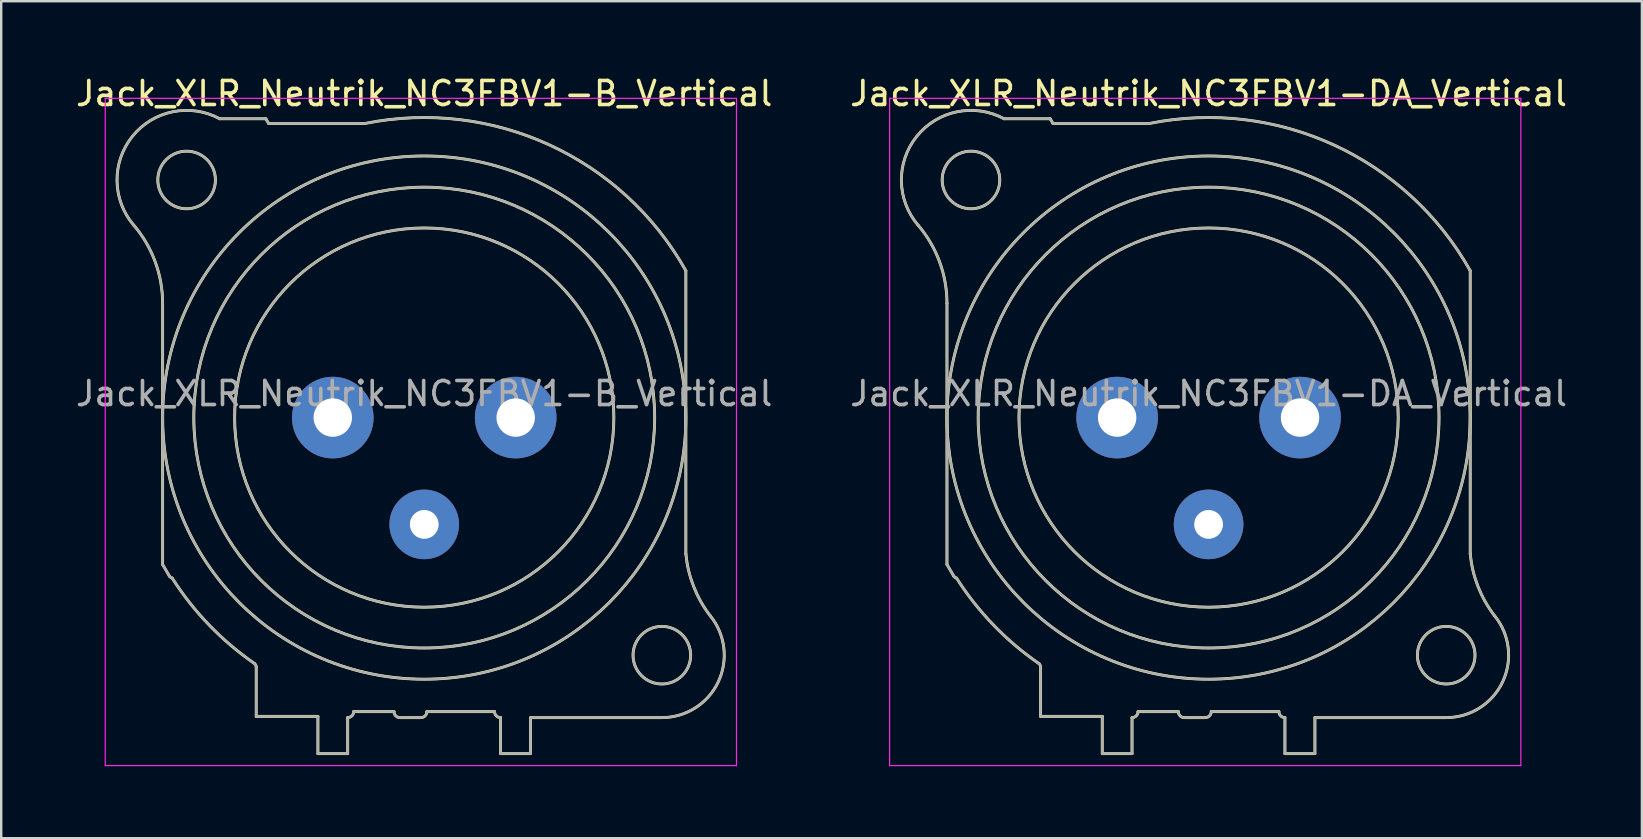
<source format=kicad_pcb>
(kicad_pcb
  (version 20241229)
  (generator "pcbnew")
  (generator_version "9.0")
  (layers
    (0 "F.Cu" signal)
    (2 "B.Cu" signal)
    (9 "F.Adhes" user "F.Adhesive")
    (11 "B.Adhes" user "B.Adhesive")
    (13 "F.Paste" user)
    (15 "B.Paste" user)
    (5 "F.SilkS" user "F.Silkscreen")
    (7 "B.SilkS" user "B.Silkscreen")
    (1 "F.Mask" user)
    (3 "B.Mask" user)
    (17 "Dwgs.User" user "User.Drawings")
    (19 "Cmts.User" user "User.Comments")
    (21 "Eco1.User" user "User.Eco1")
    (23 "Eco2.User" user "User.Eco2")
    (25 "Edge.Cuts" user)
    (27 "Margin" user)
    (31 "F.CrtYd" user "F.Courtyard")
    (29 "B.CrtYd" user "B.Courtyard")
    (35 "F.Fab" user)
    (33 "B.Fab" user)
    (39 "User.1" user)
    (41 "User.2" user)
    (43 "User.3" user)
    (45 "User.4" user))
  (footprint "Jack_XLR_Neutrik_NC3FBV1-B_Vertical"
    (layer "F.Cu")
    (at 18.435 14.348)
    (property "Reference" "Jack_XLR_Neutrik_NC3FBV1-B_Vertical" (at -3.81 -13.5 0) (layer "F.SilkS") (effects (font (size 1 1) (thickness 0.15))))
    (attr through_hole)
    (fp_line (start -14.71 -4.76) (end -14.71 6.12) (stroke (width 0.12) (type solid)) (layer "F.SilkS"))
    (fp_line (start -14.71 6.12) (end -14.43 6.6) (stroke (width 0.12) (type solid)) (layer "F.SilkS"))
    (fp_line (start -10.81 10.39) (end -10.81 12.45) (stroke (width 0.12) (type solid)) (layer "F.SilkS"))
    (fp_line (start -10.81 12.45) (end -8.24 12.45) (stroke (width 0.12) (type solid)) (layer "F.SilkS"))
    (fp_line (start -10.41 -12.45) (end -12.33 -12.45) (stroke (width 0.12) (type solid)) (layer "F.SilkS"))
    (fp_line (start -10.29 -12.25) (end -10.41 -12.45) (stroke (width 0.12) (type solid)) (layer "F.SilkS"))
    (fp_line (start -8.24 12.45) (end -8.24 14) (stroke (width 0.12) (type solid)) (layer "F.SilkS"))
    (fp_line (start -7 14) (end -8.24 14) (stroke (width 0.12) (type solid)) (layer "F.SilkS"))
    (fp_line (start -7 14) (end -7 12.5) (stroke (width 0.12) (type solid)) (layer "F.SilkS"))
    (fp_line (start -6.75 12.25) (end -5.07 12.25) (stroke (width 0.12) (type solid)) (layer "F.SilkS"))
    (fp_line (start -6.3 -12.25) (end -10.29 -12.25) (stroke (width 0.12) (type solid)) (layer "F.SilkS"))
    (fp_line (start -4.82 12.5) (end -3.95 12.5) (stroke (width 0.12) (type solid)) (layer "F.SilkS"))
    (fp_line (start -3.7 12.25) (end -0.88 12.25) (stroke (width 0.12) (type solid)) (layer "F.SilkS"))
    (fp_line (start -0.63 12.5) (end -0.63 14) (stroke (width 0.12) (type solid)) (layer "F.SilkS"))
    (fp_line (start 0.62 12.5) (end 6.09 12.5) (stroke (width 0.12) (type solid)) (layer "F.SilkS"))
    (fp_line (start 0.62 14) (end -0.63 14) (stroke (width 0.12) (type solid)) (layer "F.SilkS"))
    (fp_line (start 0.62 14) (end 0.62 12.5) (stroke (width 0.12) (type solid)) (layer "F.SilkS"))
    (fp_line (start 7.09 5.67) (end 7.09 -6.12) (stroke (width 0.12) (type solid)) (layer "F.SilkS"))
    (fp_arc (start -15.916051 -8.020379) (mid -15.021177 -6.498148) (end -14.71 -4.76) (stroke (width 0.12) (type solid)) (layer "F.SilkS"))
    (fp_arc (start -15.908884 -8.010077) (mid -15.967404 -11.719623) (end -12.33 -12.45) (stroke (width 0.12) (type solid)) (layer "F.SilkS"))
    (fp_arc (start -14.313753 6.685219) (mid -14.379716 6.653303) (end -14.43 6.6) (stroke (width 0.12) (type solid)) (layer "F.SilkS"))
    (fp_arc (start -10.879208 10.248532) (mid -12.772983 8.641241) (end -14.31 6.69) (stroke (width 0.12) (type solid)) (layer "F.SilkS"))
    (fp_arc (start -10.874359 10.252686) (mid -10.828679 10.315015) (end -10.81 10.39) (stroke (width 0.12) (type solid)) (layer "F.SilkS"))
    (fp_arc (start -6.75 12.25) (mid -6.823223 12.426777) (end -7 12.5) (stroke (width 0.12) (type solid)) (layer "F.SilkS"))
    (fp_arc (start -6.283571 -12.253402) (mid 1.401126 -11.362596) (end 7.09 -6.12) (stroke (width 0.12) (type solid)) (layer "F.SilkS"))
    (fp_arc (start -4.82 12.5) (mid -4.996777 12.426777) (end -5.07 12.25) (stroke (width 0.12) (type solid)) (layer "F.SilkS"))
    (fp_arc (start -3.7 12.25) (mid -3.773223 12.426777) (end -3.95 12.5) (stroke (width 0.12) (type solid)) (layer "F.SilkS"))
    (fp_arc (start -0.63 12.5) (mid -0.806777 12.426777) (end -0.88 12.25) (stroke (width 0.12) (type solid)) (layer "F.SilkS"))
    (fp_arc (start 8.110579 8.263767) (mid 8.436721 11.019329) (end 6.09 12.5) (stroke (width 0.12) (type solid)) (layer "F.SilkS"))
    (fp_arc (start 8.111727 8.266808) (mid 7.416073 7.041111) (end 7.09 5.67) (stroke (width 0.12) (type solid)) (layer "F.SilkS"))
    (fp_circle (center -13.71 -9.9) (end -12.51 -9.9) (stroke (width 0.12) (type solid)) (fill no) (layer "F.SilkS"))
    (fp_circle (center -3.81 0) (end 4.09 0) (stroke (width 0.12) (type solid)) (fill no) (layer "F.SilkS"))
    (fp_circle (center -3.81 0) (end 5.79 0) (stroke (width 0.12) (type solid)) (fill no) (layer "F.SilkS"))
    (fp_circle (center -3.81 0) (end 7.09 0) (stroke (width 0.12) (type solid)) (fill no) (layer "F.SilkS"))
    (fp_circle (center 6.09 9.9) (end 7.29 9.9) (stroke (width 0.12) (type solid)) (fill no) (layer "F.SilkS"))
    (fp_line (start -17.1 -13.3) (end 9.2 -13.3) (stroke (width 0.05) (type solid)) (layer "F.CrtYd"))
    (fp_line (start -17.1 14.5) (end -17.1 -13.3) (stroke (width 0.05) (type solid)) (layer "F.CrtYd"))
    (fp_line (start 9.2 -13.3) (end 9.2 14.5) (stroke (width 0.05) (type solid)) (layer "F.CrtYd"))
    (fp_line (start 9.2 14.5) (end -17.1 14.5) (stroke (width 0.05) (type solid)) (layer "F.CrtYd"))
    (fp_line (start -14.71 -4.76) (end -14.71 6.12) (stroke (width 0.1) (type solid)) (layer "F.Fab"))
    (fp_line (start -14.71 6.12) (end -14.43 6.6) (stroke (width 0.1) (type solid)) (layer "F.Fab"))
    (fp_line (start -10.81 10.39) (end -10.81 12.45) (stroke (width 0.1) (type solid)) (layer "F.Fab"))
    (fp_line (start -10.81 12.45) (end -8.24 12.45) (stroke (width 0.1) (type solid)) (layer "F.Fab"))
    (fp_line (start -10.41 -12.45) (end -12.33 -12.45) (stroke (width 0.1) (type solid)) (layer "F.Fab"))
    (fp_line (start -10.29 -12.25) (end -10.41 -12.45) (stroke (width 0.1) (type solid)) (layer "F.Fab"))
    (fp_line (start -8.24 12.45) (end -8.24 14) (stroke (width 0.1) (type solid)) (layer "F.Fab"))
    (fp_line (start -7 14) (end -8.24 14) (stroke (width 0.1) (type solid)) (layer "F.Fab"))
    (fp_line (start -7 14) (end -7 12.5) (stroke (width 0.1) (type solid)) (layer "F.Fab"))
    (fp_line (start -6.75 12.25) (end -5.07 12.25) (stroke (width 0.1) (type solid)) (layer "F.Fab"))
    (fp_line (start -6.3 -12.25) (end -10.29 -12.25) (stroke (width 0.1) (type solid)) (layer "F.Fab"))
    (fp_line (start -4.82 12.5) (end -3.95 12.5) (stroke (width 0.1) (type solid)) (layer "F.Fab"))
    (fp_line (start -3.7 12.25) (end -0.88 12.25) (stroke (width 0.1) (type solid)) (layer "F.Fab"))
    (fp_line (start -0.63 12.5) (end -0.63 14) (stroke (width 0.1) (type solid)) (layer "F.Fab"))
    (fp_line (start 0.62 12.5) (end 6.09 12.5) (stroke (width 0.1) (type solid)) (layer "F.Fab"))
    (fp_line (start 0.62 14) (end -0.63 14) (stroke (width 0.1) (type solid)) (layer "F.Fab"))
    (fp_line (start 0.62 14) (end 0.62 12.5) (stroke (width 0.1) (type solid)) (layer "F.Fab"))
    (fp_line (start 7.09 5.67) (end 7.09 -6.12) (stroke (width 0.1) (type solid)) (layer "F.Fab"))
    (fp_arc (start -15.916051 -8.020379) (mid -15.021177 -6.498148) (end -14.71 -4.76) (stroke (width 0.1) (type solid)) (layer "F.Fab"))
    (fp_arc (start -15.908884 -8.010077) (mid -15.967404 -11.719623) (end -12.33 -12.45) (stroke (width 0.1) (type solid)) (layer "F.Fab"))
    (fp_arc (start -14.313753 6.685219) (mid -14.379716 6.653303) (end -14.43 6.6) (stroke (width 0.1) (type solid)) (layer "F.Fab"))
    (fp_arc (start -10.879208 10.248532) (mid -12.772983 8.641241) (end -14.31 6.69) (stroke (width 0.1) (type solid)) (layer "F.Fab"))
    (fp_arc (start -10.874359 10.252686) (mid -10.828679 10.315015) (end -10.81 10.39) (stroke (width 0.1) (type solid)) (layer "F.Fab"))
    (fp_arc (start -6.75 12.25) (mid -6.823223 12.426777) (end -7 12.5) (stroke (width 0.1) (type solid)) (layer "F.Fab"))
    (fp_arc (start -6.283571 -12.253402) (mid 1.401126 -11.362596) (end 7.09 -6.12) (stroke (width 0.1) (type solid)) (layer "F.Fab"))
    (fp_arc (start -4.82 12.5) (mid -4.996777 12.426777) (end -5.07 12.25) (stroke (width 0.1) (type solid)) (layer "F.Fab"))
    (fp_arc (start -3.7 12.25) (mid -3.773223 12.426777) (end -3.95 12.5) (stroke (width 0.1) (type solid)) (layer "F.Fab"))
    (fp_arc (start -0.63 12.5) (mid -0.806777 12.426777) (end -0.88 12.25) (stroke (width 0.1) (type solid)) (layer "F.Fab"))
    (fp_arc (start 8.110579 8.263767) (mid 8.436721 11.019329) (end 6.09 12.5) (stroke (width 0.1) (type solid)) (layer "F.Fab"))
    (fp_arc (start 8.111727 8.266808) (mid 7.416073 7.041111) (end 7.09 5.67) (stroke (width 0.1) (type solid)) (layer "F.Fab"))
    (fp_circle (center -13.71 -9.9) (end -12.51 -9.9) (stroke (width 0.1) (type solid)) (fill no) (layer "F.Fab"))
    (fp_circle (center -3.81 0) (end 4.09 0) (stroke (width 0.1) (type solid)) (fill no) (layer "F.Fab"))
    (fp_circle (center -3.81 0) (end 5.79 0) (stroke (width 0.1) (type solid)) (fill no) (layer "F.Fab"))
    (fp_circle (center -3.81 0) (end 7.09 0) (stroke (width 0.1) (type solid)) (fill no) (layer "F.Fab"))
    (fp_circle (center 6.09 9.9) (end 7.29 9.9) (stroke (width 0.1) (type solid)) (fill no) (layer "F.Fab"))
    (fp_text user "${REFERENCE}" (at -3.81 -1 0) (layer "F.Fab") (effects (font (size 1 1) (thickness 0.15))))
    (pad "1" thru_hole circle (at 0 0) (size 3.4 3.4) (drill 1.6) (layers "*.Cu" "*.Mask"))
    (pad "2" thru_hole circle (at -7.62 0) (size 3.4 3.4) (drill 1.6) (layers "*.Cu" "*.Mask"))
    (pad "3" thru_hole circle (at -3.81 4.45) (size 2.9 2.9) (drill 1.2) (layers "*.Cu" "*.Mask")))
  (footprint "Jack_XLR_Neutrik_NC3FBV1-DA_Vertical"
    (layer "F.Cu")
    (at 51.114 14.348)
    (property "Reference" "Jack_XLR_Neutrik_NC3FBV1-DA_Vertical" (at -3.81 -13.5 0) (layer "F.SilkS") (effects (font (size 1 1) (thickness 0.15))))
    (attr through_hole)
    (fp_line (start -14.71 -4.76) (end -14.71 6.12) (stroke (width 0.12) (type solid)) (layer "F.SilkS"))
    (fp_line (start -14.71 6.12) (end -14.43 6.6) (stroke (width 0.12) (type solid)) (layer "F.SilkS"))
    (fp_line (start -10.81 10.39) (end -10.81 12.45) (stroke (width 0.12) (type solid)) (layer "F.SilkS"))
    (fp_line (start -10.81 12.45) (end -8.24 12.45) (stroke (width 0.12) (type solid)) (layer "F.SilkS"))
    (fp_line (start -10.41 -12.45) (end -12.33 -12.45) (stroke (width 0.12) (type solid)) (layer "F.SilkS"))
    (fp_line (start -10.29 -12.25) (end -10.41 -12.45) (stroke (width 0.12) (type solid)) (layer "F.SilkS"))
    (fp_line (start -8.24 12.45) (end -8.24 14) (stroke (width 0.12) (type solid)) (layer "F.SilkS"))
    (fp_line (start -7 14) (end -8.24 14) (stroke (width 0.12) (type solid)) (layer "F.SilkS"))
    (fp_line (start -7 14) (end -7 12.5) (stroke (width 0.12) (type solid)) (layer "F.SilkS"))
    (fp_line (start -6.75 12.25) (end -5.07 12.25) (stroke (width 0.12) (type solid)) (layer "F.SilkS"))
    (fp_line (start -6.3 -12.25) (end -10.29 -12.25) (stroke (width 0.12) (type solid)) (layer "F.SilkS"))
    (fp_line (start -4.82 12.5) (end -3.95 12.5) (stroke (width 0.12) (type solid)) (layer "F.SilkS"))
    (fp_line (start -3.7 12.25) (end -0.88 12.25) (stroke (width 0.12) (type solid)) (layer "F.SilkS"))
    (fp_line (start -0.63 12.5) (end -0.63 14) (stroke (width 0.12) (type solid)) (layer "F.SilkS"))
    (fp_line (start 0.62 12.5) (end 6.09 12.5) (stroke (width 0.12) (type solid)) (layer "F.SilkS"))
    (fp_line (start 0.62 14) (end -0.63 14) (stroke (width 0.12) (type solid)) (layer "F.SilkS"))
    (fp_line (start 0.62 14) (end 0.62 12.5) (stroke (width 0.12) (type solid)) (layer "F.SilkS"))
    (fp_line (start 7.09 5.67) (end 7.09 -6.12) (stroke (width 0.12) (type solid)) (layer "F.SilkS"))
    (fp_arc (start -15.916051 -8.020379) (mid -15.021177 -6.498148) (end -14.71 -4.76) (stroke (width 0.12) (type solid)) (layer "F.SilkS"))
    (fp_arc (start -15.908884 -8.010077) (mid -15.967404 -11.719623) (end -12.33 -12.45) (stroke (width 0.12) (type solid)) (layer "F.SilkS"))
    (fp_arc (start -14.313753 6.685219) (mid -14.379716 6.653303) (end -14.43 6.6) (stroke (width 0.12) (type solid)) (layer "F.SilkS"))
    (fp_arc (start -10.879208 10.248532) (mid -12.772983 8.641241) (end -14.31 6.69) (stroke (width 0.12) (type solid)) (layer "F.SilkS"))
    (fp_arc (start -10.874359 10.252686) (mid -10.828679 10.315015) (end -10.81 10.39) (stroke (width 0.12) (type solid)) (layer "F.SilkS"))
    (fp_arc (start -6.75 12.25) (mid -6.823223 12.426777) (end -7 12.5) (stroke (width 0.12) (type solid)) (layer "F.SilkS"))
    (fp_arc (start -6.283571 -12.253402) (mid 1.401126 -11.362596) (end 7.09 -6.12) (stroke (width 0.12) (type solid)) (layer "F.SilkS"))
    (fp_arc (start -4.82 12.5) (mid -4.996777 12.426777) (end -5.07 12.25) (stroke (width 0.12) (type solid)) (layer "F.SilkS"))
    (fp_arc (start -3.7 12.25) (mid -3.773223 12.426777) (end -3.95 12.5) (stroke (width 0.12) (type solid)) (layer "F.SilkS"))
    (fp_arc (start -0.63 12.5) (mid -0.806777 12.426777) (end -0.88 12.25) (stroke (width 0.12) (type solid)) (layer "F.SilkS"))
    (fp_arc (start 8.110579 8.263767) (mid 8.436721 11.019329) (end 6.09 12.5) (stroke (width 0.12) (type solid)) (layer "F.SilkS"))
    (fp_arc (start 8.111727 8.266808) (mid 7.416073 7.041111) (end 7.09 5.67) (stroke (width 0.12) (type solid)) (layer "F.SilkS"))
    (fp_circle (center -13.71 -9.9) (end -12.51 -9.9) (stroke (width 0.12) (type solid)) (fill no) (layer "F.SilkS"))
    (fp_circle (center -3.81 0) (end 4.09 0) (stroke (width 0.12) (type solid)) (fill no) (layer "F.SilkS"))
    (fp_circle (center -3.81 0) (end 5.79 0) (stroke (width 0.12) (type solid)) (fill no) (layer "F.SilkS"))
    (fp_circle (center -3.81 0) (end 7.09 0) (stroke (width 0.12) (type solid)) (fill no) (layer "F.SilkS"))
    (fp_circle (center 6.09 9.9) (end 7.29 9.9) (stroke (width 0.12) (type solid)) (fill no) (layer "F.SilkS"))
    (fp_line (start -17.1 -13.3) (end 9.2 -13.3) (stroke (width 0.05) (type solid)) (layer "F.CrtYd"))
    (fp_line (start -17.1 14.5) (end -17.1 -13.3) (stroke (width 0.05) (type solid)) (layer "F.CrtYd"))
    (fp_line (start 9.2 -13.3) (end 9.2 14.5) (stroke (width 0.05) (type solid)) (layer "F.CrtYd"))
    (fp_line (start 9.2 14.5) (end -17.1 14.5) (stroke (width 0.05) (type solid)) (layer "F.CrtYd"))
    (fp_line (start -14.71 -4.76) (end -14.71 6.12) (stroke (width 0.1) (type solid)) (layer "F.Fab"))
    (fp_line (start -14.71 6.12) (end -14.43 6.6) (stroke (width 0.1) (type solid)) (layer "F.Fab"))
    (fp_line (start -10.81 10.39) (end -10.81 12.45) (stroke (width 0.1) (type solid)) (layer "F.Fab"))
    (fp_line (start -10.81 12.45) (end -8.24 12.45) (stroke (width 0.1) (type solid)) (layer "F.Fab"))
    (fp_line (start -10.41 -12.45) (end -12.33 -12.45) (stroke (width 0.1) (type solid)) (layer "F.Fab"))
    (fp_line (start -10.29 -12.25) (end -10.41 -12.45) (stroke (width 0.1) (type solid)) (layer "F.Fab"))
    (fp_line (start -8.24 12.45) (end -8.24 14) (stroke (width 0.1) (type solid)) (layer "F.Fab"))
    (fp_line (start -7 14) (end -8.24 14) (stroke (width 0.1) (type solid)) (layer "F.Fab"))
    (fp_line (start -7 14) (end -7 12.5) (stroke (width 0.1) (type solid)) (layer "F.Fab"))
    (fp_line (start -6.75 12.25) (end -5.07 12.25) (stroke (width 0.1) (type solid)) (layer "F.Fab"))
    (fp_line (start -6.3 -12.25) (end -10.29 -12.25) (stroke (width 0.1) (type solid)) (layer "F.Fab"))
    (fp_line (start -4.82 12.5) (end -3.95 12.5) (stroke (width 0.1) (type solid)) (layer "F.Fab"))
    (fp_line (start -3.7 12.25) (end -0.88 12.25) (stroke (width 0.1) (type solid)) (layer "F.Fab"))
    (fp_line (start -0.63 12.5) (end -0.63 14) (stroke (width 0.1) (type solid)) (layer "F.Fab"))
    (fp_line (start 0.62 12.5) (end 6.09 12.5) (stroke (width 0.1) (type solid)) (layer "F.Fab"))
    (fp_line (start 0.62 14) (end -0.63 14) (stroke (width 0.1) (type solid)) (layer "F.Fab"))
    (fp_line (start 0.62 14) (end 0.62 12.5) (stroke (width 0.1) (type solid)) (layer "F.Fab"))
    (fp_line (start 7.09 5.67) (end 7.09 -6.12) (stroke (width 0.1) (type solid)) (layer "F.Fab"))
    (fp_arc (start -15.916051 -8.020379) (mid -15.021177 -6.498148) (end -14.71 -4.76) (stroke (width 0.1) (type solid)) (layer "F.Fab"))
    (fp_arc (start -15.908884 -8.010077) (mid -15.967404 -11.719623) (end -12.33 -12.45) (stroke (width 0.1) (type solid)) (layer "F.Fab"))
    (fp_arc (start -14.313753 6.685219) (mid -14.379716 6.653303) (end -14.43 6.6) (stroke (width 0.1) (type solid)) (layer "F.Fab"))
    (fp_arc (start -10.879208 10.248532) (mid -12.772983 8.641241) (end -14.31 6.69) (stroke (width 0.1) (type solid)) (layer "F.Fab"))
    (fp_arc (start -10.874359 10.252686) (mid -10.828679 10.315015) (end -10.81 10.39) (stroke (width 0.1) (type solid)) (layer "F.Fab"))
    (fp_arc (start -6.75 12.25) (mid -6.823223 12.426777) (end -7 12.5) (stroke (width 0.1) (type solid)) (layer "F.Fab"))
    (fp_arc (start -6.283571 -12.253402) (mid 1.401126 -11.362596) (end 7.09 -6.12) (stroke (width 0.1) (type solid)) (layer "F.Fab"))
    (fp_arc (start -4.82 12.5) (mid -4.996777 12.426777) (end -5.07 12.25) (stroke (width 0.1) (type solid)) (layer "F.Fab"))
    (fp_arc (start -3.7 12.25) (mid -3.773223 12.426777) (end -3.95 12.5) (stroke (width 0.1) (type solid)) (layer "F.Fab"))
    (fp_arc (start -0.63 12.5) (mid -0.806777 12.426777) (end -0.88 12.25) (stroke (width 0.1) (type solid)) (layer "F.Fab"))
    (fp_arc (start 8.110579 8.263767) (mid 8.436721 11.019329) (end 6.09 12.5) (stroke (width 0.1) (type solid)) (layer "F.Fab"))
    (fp_arc (start 8.111727 8.266808) (mid 7.416073 7.041111) (end 7.09 5.67) (stroke (width 0.1) (type solid)) (layer "F.Fab"))
    (fp_circle (center -13.71 -9.9) (end -12.51 -9.9) (stroke (width 0.1) (type solid)) (fill no) (layer "F.Fab"))
    (fp_circle (center -3.81 0) (end 4.09 0) (stroke (width 0.1) (type solid)) (fill no) (layer "F.Fab"))
    (fp_circle (center -3.81 0) (end 5.79 0) (stroke (width 0.1) (type solid)) (fill no) (layer "F.Fab"))
    (fp_circle (center -3.81 0) (end 7.09 0) (stroke (width 0.1) (type solid)) (fill no) (layer "F.Fab"))
    (fp_circle (center 6.09 9.9) (end 7.29 9.9) (stroke (width 0.1) (type solid)) (fill no) (layer "F.Fab"))
    (fp_text user "${REFERENCE}" (at -3.81 -1 0) (layer "F.Fab") (effects (font (size 1 1) (thickness 0.15))))
    (pad "1" thru_hole circle (at 0 0) (size 3.4 3.4) (drill 1.6) (layers "*.Cu" "*.Mask"))
    (pad "2" thru_hole circle (at -7.62 0) (size 3.4 3.4) (drill 1.6) (layers "*.Cu" "*.Mask"))
    (pad "3" thru_hole circle (at -3.81 4.45) (size 2.9 2.9) (drill 1.2) (layers "*.Cu" "*.Mask")))
  (gr_rect
    (start -3 -3)
    (end 65.357 31.873)
    (stroke (width 0.1) (type default))
    (fill no)
    (layer "Edge.Cuts")))
</source>
